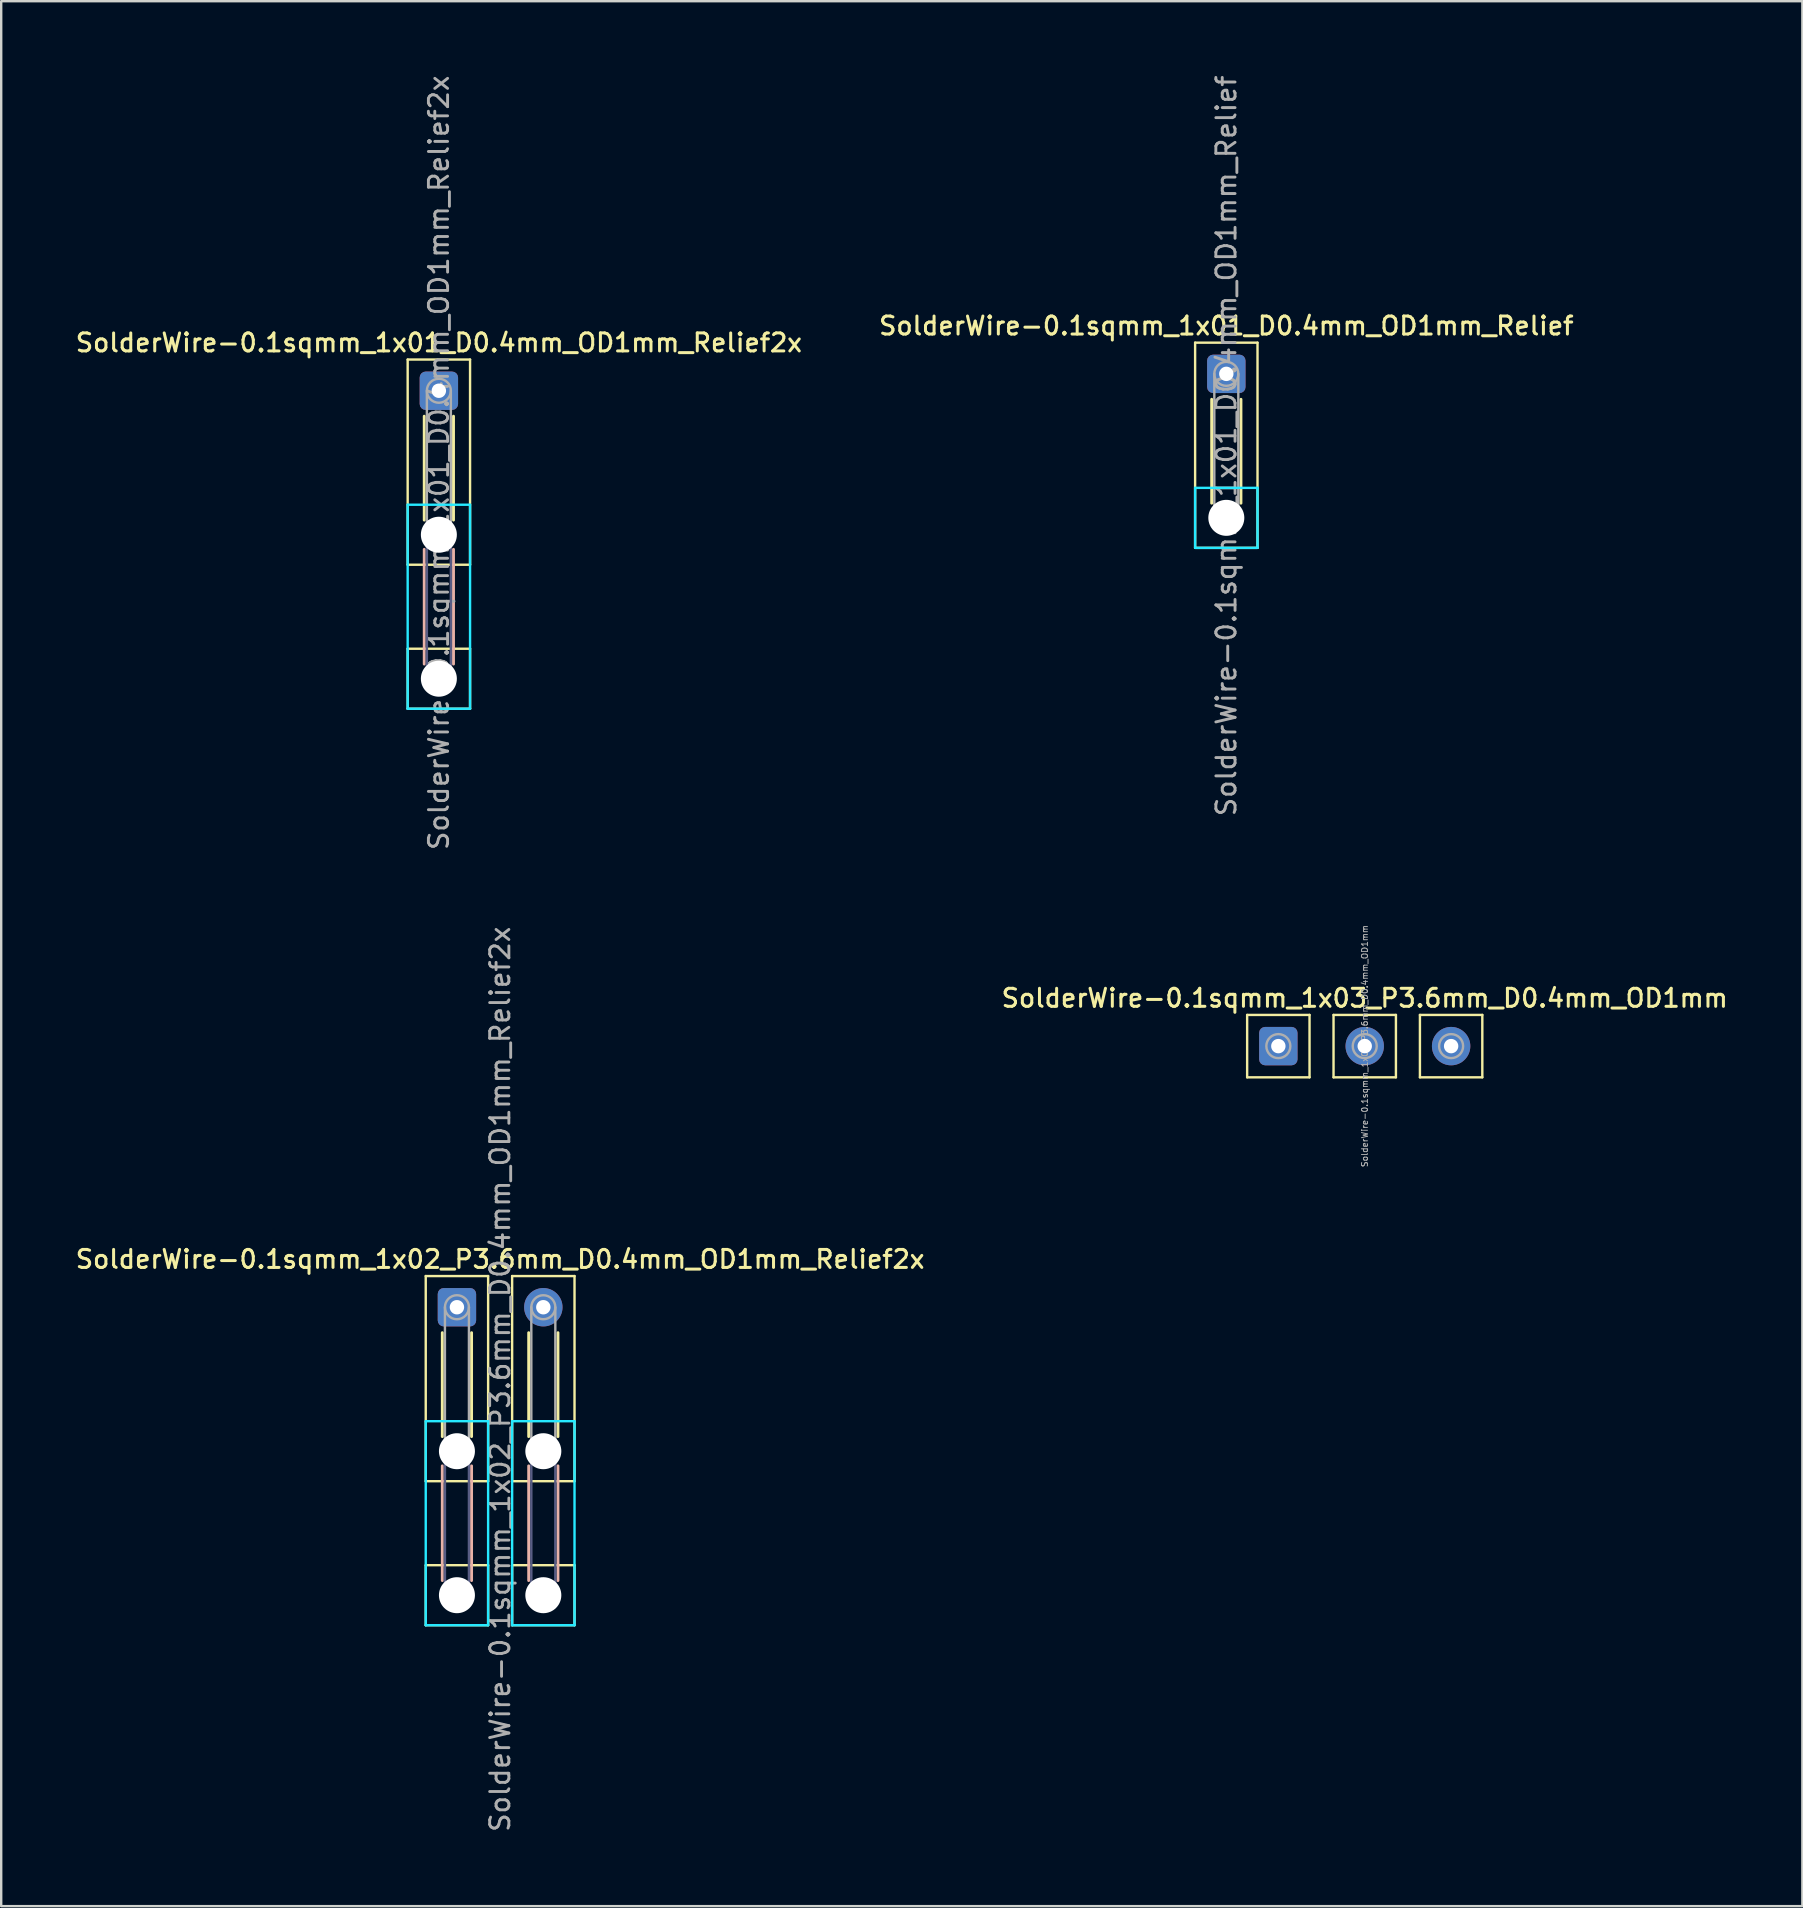
<source format=kicad_pcb>
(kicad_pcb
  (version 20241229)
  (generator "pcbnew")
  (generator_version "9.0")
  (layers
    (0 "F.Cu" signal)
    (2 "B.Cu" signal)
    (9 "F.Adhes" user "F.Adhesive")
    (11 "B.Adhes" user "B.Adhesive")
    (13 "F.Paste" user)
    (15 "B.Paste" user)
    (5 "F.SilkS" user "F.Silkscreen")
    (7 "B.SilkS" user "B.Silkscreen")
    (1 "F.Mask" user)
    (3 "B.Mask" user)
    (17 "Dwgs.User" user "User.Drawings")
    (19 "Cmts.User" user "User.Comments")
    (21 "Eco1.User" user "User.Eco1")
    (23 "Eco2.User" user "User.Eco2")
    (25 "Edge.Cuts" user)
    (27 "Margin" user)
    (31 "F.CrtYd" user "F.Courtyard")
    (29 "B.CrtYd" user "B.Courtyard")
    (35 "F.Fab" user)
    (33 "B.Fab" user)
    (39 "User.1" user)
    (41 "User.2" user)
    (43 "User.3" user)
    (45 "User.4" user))
  (footprint "SolderWire-0.1sqmm_1x03_P3.6mm_D0.4mm_OD1mm"
    (layer "F.Cu")
    (at 50.22 40.543)
    (property "Reference" "SolderWire-0.1sqmm_1x03_P3.6mm_D0.4mm_OD1mm" (at 3.6 -2 0) (layer "F.SilkS") (effects (font (size 0.75 0.75) (thickness 0.125))))
    (attr exclude_from_pos_files exclude_from_bom)
    (fp_line (start -1.3 -1.3) (end -1.3 1.3) (stroke (width 0.1) (type solid)) (layer "F.SilkS"))
    (fp_line (start -1.3 1.3) (end 1.3 1.3) (stroke (width 0.1) (type solid)) (layer "F.SilkS"))
    (fp_line (start 1.3 -1.3) (end -1.3 -1.3) (stroke (width 0.1) (type solid)) (layer "F.SilkS"))
    (fp_line (start 1.3 1.3) (end 1.3 -1.3) (stroke (width 0.1) (type solid)) (layer "F.SilkS"))
    (fp_line (start 2.3 -1.3) (end 2.3 1.3) (stroke (width 0.1) (type solid)) (layer "F.SilkS"))
    (fp_line (start 2.3 1.3) (end 4.9 1.3) (stroke (width 0.1) (type solid)) (layer "F.SilkS"))
    (fp_line (start 4.9 -1.3) (end 2.3 -1.3) (stroke (width 0.1) (type solid)) (layer "F.SilkS"))
    (fp_line (start 4.9 1.3) (end 4.9 -1.3) (stroke (width 0.1) (type solid)) (layer "F.SilkS"))
    (fp_line (start 5.9 -1.3) (end 5.9 1.3) (stroke (width 0.1) (type solid)) (layer "F.SilkS"))
    (fp_line (start 5.9 1.3) (end 8.5 1.3) (stroke (width 0.1) (type solid)) (layer "F.SilkS"))
    (fp_line (start 8.5 -1.3) (end 5.9 -1.3) (stroke (width 0.1) (type solid)) (layer "F.SilkS"))
    (fp_line (start 8.5 1.3) (end 8.5 -1.3) (stroke (width 0.1) (type solid)) (layer "F.SilkS"))
    (fp_circle (center 0 0) (end 0.5 0) (stroke (width 0.1) (type solid)) (fill no) (layer "F.Fab"))
    (fp_circle (center 3.6 0) (end 4.1 0) (stroke (width 0.1) (type solid)) (fill no) (layer "F.Fab"))
    (fp_circle (center 7.2 0) (end 7.7 0) (stroke (width 0.1) (type solid)) (fill no) (layer "F.Fab"))
    (fp_text user "${REFERENCE}" (at 3.6 0 90) (layer "F.Fab") (effects (font (size 0.25 0.25) (thickness 0.04))))
    (pad "1" thru_hole roundrect (at 0 0) (size 1.6 1.6) (drill 0.6) (layers "*.Cu" "*.Mask") (roundrect_rratio 0.156))
    (pad "2" thru_hole circle (at 3.6 0) (size 1.6 1.6) (drill 0.6) (layers "*.Cu" "*.Mask"))
    (pad "3" thru_hole circle (at 7.2 0) (size 1.6 1.6) (drill 0.6) (layers "*.Cu" "*.Mask")))
  (footprint "SolderWire-0.1sqmm_1x01_D0.4mm_OD1mm_Relief"
    (layer "F.Cu")
    (at 48.052 12.529)
    (property "Reference" "SolderWire-0.1sqmm_1x01_D0.4mm_OD1mm_Relief" (at 0 -2 0) (layer "F.SilkS") (effects (font (size 0.75 0.75) (thickness 0.125))))
    (attr exclude_from_pos_files exclude_from_bom)
    (fp_line (start -1.3 -1.3) (end -1.3 7.25) (stroke (width 0.1) (type solid)) (layer "F.SilkS"))
    (fp_line (start -1.3 7.25) (end 1.3 7.25) (stroke (width 0.1) (type solid)) (layer "F.SilkS"))
    (fp_line (start -0.61 1.06) (end -0.61 5.39) (stroke (width 0.12) (type solid)) (layer "F.SilkS"))
    (fp_line (start 0.61 1.06) (end 0.61 5.39) (stroke (width 0.12) (type solid)) (layer "F.SilkS"))
    (fp_line (start 1.3 -1.3) (end -1.3 -1.3) (stroke (width 0.1) (type solid)) (layer "F.SilkS"))
    (fp_line (start 1.3 7.25) (end 1.3 -1.3) (stroke (width 0.1) (type solid)) (layer "F.SilkS"))
    (fp_line (start -1.3 4.75) (end -1.3 7.25) (stroke (width 0.1) (type solid)) (layer "B.CrtYd"))
    (fp_line (start -1.3 7.25) (end 1.3 7.25) (stroke (width 0.1) (type solid)) (layer "B.CrtYd"))
    (fp_line (start 1.3 4.75) (end -1.3 4.75) (stroke (width 0.1) (type solid)) (layer "B.CrtYd"))
    (fp_line (start 1.3 7.25) (end 1.3 4.75) (stroke (width 0.1) (type solid)) (layer "B.CrtYd"))
    (fp_line (start -0.5 0) (end -0.5 6) (stroke (width 0.1) (type solid)) (layer "F.Fab"))
    (fp_line (start 0.5 0) (end 0.5 6) (stroke (width 0.1) (type solid)) (layer "F.Fab"))
    (fp_circle (center 0 0) (end 0.5 0) (stroke (width 0.1) (type solid)) (fill no) (layer "F.Fab"))
    (fp_circle (center 0 6) (end 0.5 6) (stroke (width 0.1) (type solid)) (fill no) (layer "F.Fab"))
    (fp_text user "${REFERENCE}" (at 0 3 90) (layer "F.Fab") (effects (font (size 0.8 0.8) (thickness 0.12))))
    (pad "" np_thru_hole circle (at 0 6) (size 1.5 1.5) (drill 1.5) (layers "*.Cu" "*.Mask"))
    (pad "1" thru_hole roundrect (at 0 0) (size 1.6 1.6) (drill 0.6) (layers "*.Cu" "*.Mask") (roundrect_rratio 0.156)))
  (footprint "SolderWire-0.1sqmm_1x01_D0.4mm_OD1mm_Relief2x"
    (layer "F.Cu")
    (at 15.238 13.233)
    (property "Reference" "SolderWire-0.1sqmm_1x01_D0.4mm_OD1mm_Relief2x" (at 0 -2 0) (layer "F.SilkS") (effects (font (size 0.75 0.75) (thickness 0.125))))
    (attr exclude_from_pos_files exclude_from_bom)
    (fp_line (start -1.3 -1.3) (end -1.3 7.25) (stroke (width 0.1) (type solid)) (layer "F.SilkS"))
    (fp_line (start -1.3 7.25) (end 1.3 7.25) (stroke (width 0.1) (type solid)) (layer "F.SilkS"))
    (fp_line (start -1.3 10.75) (end -1.3 13.25) (stroke (width 0.1) (type solid)) (layer "F.SilkS"))
    (fp_line (start -1.3 13.25) (end 1.3 13.25) (stroke (width 0.1) (type solid)) (layer "F.SilkS"))
    (fp_line (start -0.61 1.06) (end -0.61 5.39) (stroke (width 0.12) (type solid)) (layer "F.SilkS"))
    (fp_line (start 0.61 1.06) (end 0.61 5.39) (stroke (width 0.12) (type solid)) (layer "F.SilkS"))
    (fp_line (start 1.3 -1.3) (end -1.3 -1.3) (stroke (width 0.1) (type solid)) (layer "F.SilkS"))
    (fp_line (start 1.3 7.25) (end 1.3 -1.3) (stroke (width 0.1) (type solid)) (layer "F.SilkS"))
    (fp_line (start 1.3 10.75) (end -1.3 10.75) (stroke (width 0.1) (type solid)) (layer "F.SilkS"))
    (fp_line (start 1.3 13.25) (end 1.3 10.75) (stroke (width 0.1) (type solid)) (layer "F.SilkS"))
    (fp_line (start -0.61 6.61) (end -0.61 11.39) (stroke (width 0.12) (type solid)) (layer "B.SilkS"))
    (fp_line (start 0.61 6.61) (end 0.61 11.39) (stroke (width 0.12) (type solid)) (layer "B.SilkS"))
    (fp_line (start -1.3 4.75) (end -1.3 13.25) (stroke (width 0.1) (type solid)) (layer "B.CrtYd"))
    (fp_line (start -1.3 13.25) (end 1.3 13.25) (stroke (width 0.1) (type solid)) (layer "B.CrtYd"))
    (fp_line (start 1.3 4.75) (end -1.3 4.75) (stroke (width 0.1) (type solid)) (layer "B.CrtYd"))
    (fp_line (start 1.3 13.25) (end 1.3 4.75) (stroke (width 0.1) (type solid)) (layer "B.CrtYd"))
    (fp_line (start -0.5 6) (end -0.5 12) (stroke (width 0.1) (type solid)) (layer "B.Fab"))
    (fp_line (start 0.5 6) (end 0.5 12) (stroke (width 0.1) (type solid)) (layer "B.Fab"))
    (fp_circle (center 0 6) (end 0.5 6) (stroke (width 0.1) (type solid)) (fill no) (layer "B.Fab"))
    (fp_circle (center 0 12) (end 0.5 12) (stroke (width 0.1) (type solid)) (fill no) (layer "B.Fab"))
    (fp_line (start -0.5 0) (end -0.5 6) (stroke (width 0.1) (type solid)) (layer "F.Fab"))
    (fp_line (start 0.5 0) (end 0.5 6) (stroke (width 0.1) (type solid)) (layer "F.Fab"))
    (fp_circle (center 0 0) (end 0.5 0) (stroke (width 0.1) (type solid)) (fill no) (layer "F.Fab"))
    (fp_circle (center 0 6) (end 0.5 6) (stroke (width 0.1) (type solid)) (fill no) (layer "F.Fab"))
    (fp_circle (center 0 12) (end 0.5 12) (stroke (width 0.1) (type solid)) (fill no) (layer "F.Fab"))
    (fp_text user "${REFERENCE}" (at 0 3 90) (layer "F.Fab") (effects (font (size 0.8 0.8) (thickness 0.12))))
    (pad "" np_thru_hole circle (at 0 6) (size 1.5 1.5) (drill 1.5) (layers "*.Cu" "*.Mask"))
    (pad "" np_thru_hole circle (at 0 12) (size 1.5 1.5) (drill 1.5) (layers "*.Cu" "*.Mask"))
    (pad "1" thru_hole roundrect (at 0 0) (size 1.6 1.6) (drill 0.6) (layers "*.Cu" "*.Mask") (roundrect_rratio 0.156)))
  (footprint "SolderWire-0.1sqmm_1x02_P3.6mm_D0.4mm_OD1mm_Relief2x"
    (layer "F.Cu")
    (at 15.991 51.424)
    (property "Reference" "SolderWire-0.1sqmm_1x02_P3.6mm_D0.4mm_OD1mm_Relief2x" (at 1.8 -2 0) (layer "F.SilkS") (effects (font (size 0.75 0.75) (thickness 0.125))))
    (attr exclude_from_pos_files exclude_from_bom)
    (fp_line (start -1.3 -1.3) (end -1.3 7.25) (stroke (width 0.1) (type solid)) (layer "F.SilkS"))
    (fp_line (start -1.3 7.25) (end 1.3 7.25) (stroke (width 0.1) (type solid)) (layer "F.SilkS"))
    (fp_line (start -1.3 10.75) (end -1.3 13.25) (stroke (width 0.1) (type solid)) (layer "F.SilkS"))
    (fp_line (start -1.3 13.25) (end 1.3 13.25) (stroke (width 0.1) (type solid)) (layer "F.SilkS"))
    (fp_line (start -0.61 1.06) (end -0.61 5.39) (stroke (width 0.12) (type solid)) (layer "F.SilkS"))
    (fp_line (start 0.61 1.06) (end 0.61 5.39) (stroke (width 0.12) (type solid)) (layer "F.SilkS"))
    (fp_line (start 1.3 -1.3) (end -1.3 -1.3) (stroke (width 0.1) (type solid)) (layer "F.SilkS"))
    (fp_line (start 1.3 7.25) (end 1.3 -1.3) (stroke (width 0.1) (type solid)) (layer "F.SilkS"))
    (fp_line (start 1.3 10.75) (end -1.3 10.75) (stroke (width 0.1) (type solid)) (layer "F.SilkS"))
    (fp_line (start 1.3 13.25) (end 1.3 10.75) (stroke (width 0.1) (type solid)) (layer "F.SilkS"))
    (fp_line (start 2.3 -1.3) (end 2.3 7.25) (stroke (width 0.1) (type solid)) (layer "F.SilkS"))
    (fp_line (start 2.3 7.25) (end 4.9 7.25) (stroke (width 0.1) (type solid)) (layer "F.SilkS"))
    (fp_line (start 2.3 10.75) (end 2.3 13.25) (stroke (width 0.1) (type solid)) (layer "F.SilkS"))
    (fp_line (start 2.3 13.25) (end 4.9 13.25) (stroke (width 0.1) (type solid)) (layer "F.SilkS"))
    (fp_line (start 2.99 1.06) (end 2.99 5.39) (stroke (width 0.12) (type solid)) (layer "F.SilkS"))
    (fp_line (start 4.21 1.06) (end 4.21 5.39) (stroke (width 0.12) (type solid)) (layer "F.SilkS"))
    (fp_line (start 4.9 -1.3) (end 2.3 -1.3) (stroke (width 0.1) (type solid)) (layer "F.SilkS"))
    (fp_line (start 4.9 7.25) (end 4.9 -1.3) (stroke (width 0.1) (type solid)) (layer "F.SilkS"))
    (fp_line (start 4.9 10.75) (end 2.3 10.75) (stroke (width 0.1) (type solid)) (layer "F.SilkS"))
    (fp_line (start 4.9 13.25) (end 4.9 10.75) (stroke (width 0.1) (type solid)) (layer "F.SilkS"))
    (fp_line (start -0.61 6.61) (end -0.61 11.39) (stroke (width 0.12) (type solid)) (layer "B.SilkS"))
    (fp_line (start 0.61 6.61) (end 0.61 11.39) (stroke (width 0.12) (type solid)) (layer "B.SilkS"))
    (fp_line (start 2.99 6.61) (end 2.99 11.39) (stroke (width 0.12) (type solid)) (layer "B.SilkS"))
    (fp_line (start 4.21 6.61) (end 4.21 11.39) (stroke (width 0.12) (type solid)) (layer "B.SilkS"))
    (fp_line (start -1.3 4.75) (end -1.3 13.25) (stroke (width 0.1) (type solid)) (layer "B.CrtYd"))
    (fp_line (start -1.3 13.25) (end 1.3 13.25) (stroke (width 0.1) (type solid)) (layer "B.CrtYd"))
    (fp_line (start 1.3 4.75) (end -1.3 4.75) (stroke (width 0.1) (type solid)) (layer "B.CrtYd"))
    (fp_line (start 1.3 13.25) (end 1.3 4.75) (stroke (width 0.1) (type solid)) (layer "B.CrtYd"))
    (fp_line (start 2.3 4.75) (end 2.3 13.25) (stroke (width 0.1) (type solid)) (layer "B.CrtYd"))
    (fp_line (start 2.3 13.25) (end 4.9 13.25) (stroke (width 0.1) (type solid)) (layer "B.CrtYd"))
    (fp_line (start 4.9 4.75) (end 2.3 4.75) (stroke (width 0.1) (type solid)) (layer "B.CrtYd"))
    (fp_line (start 4.9 13.25) (end 4.9 4.75) (stroke (width 0.1) (type solid)) (layer "B.CrtYd"))
    (fp_line (start -0.5 6) (end -0.5 12) (stroke (width 0.1) (type solid)) (layer "B.Fab"))
    (fp_line (start 0.5 6) (end 0.5 12) (stroke (width 0.1) (type solid)) (layer "B.Fab"))
    (fp_line (start 3.1 6) (end 3.1 12) (stroke (width 0.1) (type solid)) (layer "B.Fab"))
    (fp_line (start 4.1 6) (end 4.1 12) (stroke (width 0.1) (type solid)) (layer "B.Fab"))
    (fp_circle (center 0 6) (end 0.5 6) (stroke (width 0.1) (type solid)) (fill no) (layer "B.Fab"))
    (fp_circle (center 0 12) (end 0.5 12) (stroke (width 0.1) (type solid)) (fill no) (layer "B.Fab"))
    (fp_circle (center 3.6 6) (end 4.1 6) (stroke (width 0.1) (type solid)) (fill no) (layer "B.Fab"))
    (fp_circle (center 3.6 12) (end 4.1 12) (stroke (width 0.1) (type solid)) (fill no) (layer "B.Fab"))
    (fp_line (start -0.5 0) (end -0.5 6) (stroke (width 0.1) (type solid)) (layer "F.Fab"))
    (fp_line (start 0.5 0) (end 0.5 6) (stroke (width 0.1) (type solid)) (layer "F.Fab"))
    (fp_line (start 3.1 0) (end 3.1 6) (stroke (width 0.1) (type solid)) (layer "F.Fab"))
    (fp_line (start 4.1 0) (end 4.1 6) (stroke (width 0.1) (type solid)) (layer "F.Fab"))
    (fp_circle (center 0 0) (end 0.5 0) (stroke (width 0.1) (type solid)) (fill no) (layer "F.Fab"))
    (fp_circle (center 0 6) (end 0.5 6) (stroke (width 0.1) (type solid)) (fill no) (layer "F.Fab"))
    (fp_circle (center 0 12) (end 0.5 12) (stroke (width 0.1) (type solid)) (fill no) (layer "F.Fab"))
    (fp_circle (center 3.6 0) (end 4.1 0) (stroke (width 0.1) (type solid)) (fill no) (layer "F.Fab"))
    (fp_circle (center 3.6 6) (end 4.1 6) (stroke (width 0.1) (type solid)) (fill no) (layer "F.Fab"))
    (fp_circle (center 3.6 12) (end 4.1 12) (stroke (width 0.1) (type solid)) (fill no) (layer "F.Fab"))
    (fp_text user "${REFERENCE}" (at 1.8 3 90) (layer "F.Fab") (effects (font (size 0.8 0.8) (thickness 0.12))))
    (pad "" np_thru_hole circle (at 0 6) (size 1.5 1.5) (drill 1.5) (layers "*.Cu" "*.Mask"))
    (pad "" np_thru_hole circle (at 0 12) (size 1.5 1.5) (drill 1.5) (layers "*.Cu" "*.Mask"))
    (pad "" np_thru_hole circle (at 3.6 6) (size 1.5 1.5) (drill 1.5) (layers "*.Cu" "*.Mask"))
    (pad "" np_thru_hole circle (at 3.6 12) (size 1.5 1.5) (drill 1.5) (layers "*.Cu" "*.Mask"))
    (pad "1" thru_hole roundrect (at 0 0) (size 1.6 1.6) (drill 0.6) (layers "*.Cu" "*.Mask") (roundrect_rratio 0.156))
    (pad "2" thru_hole circle (at 3.6 0) (size 1.6 1.6) (drill 0.6) (layers "*.Cu" "*.Mask")))
  (gr_rect
    (start -3 -3)
    (end 72.057 76.381)
    (stroke (width 0.1) (type default))
    (fill no)
    (layer "Edge.Cuts")))
</source>
